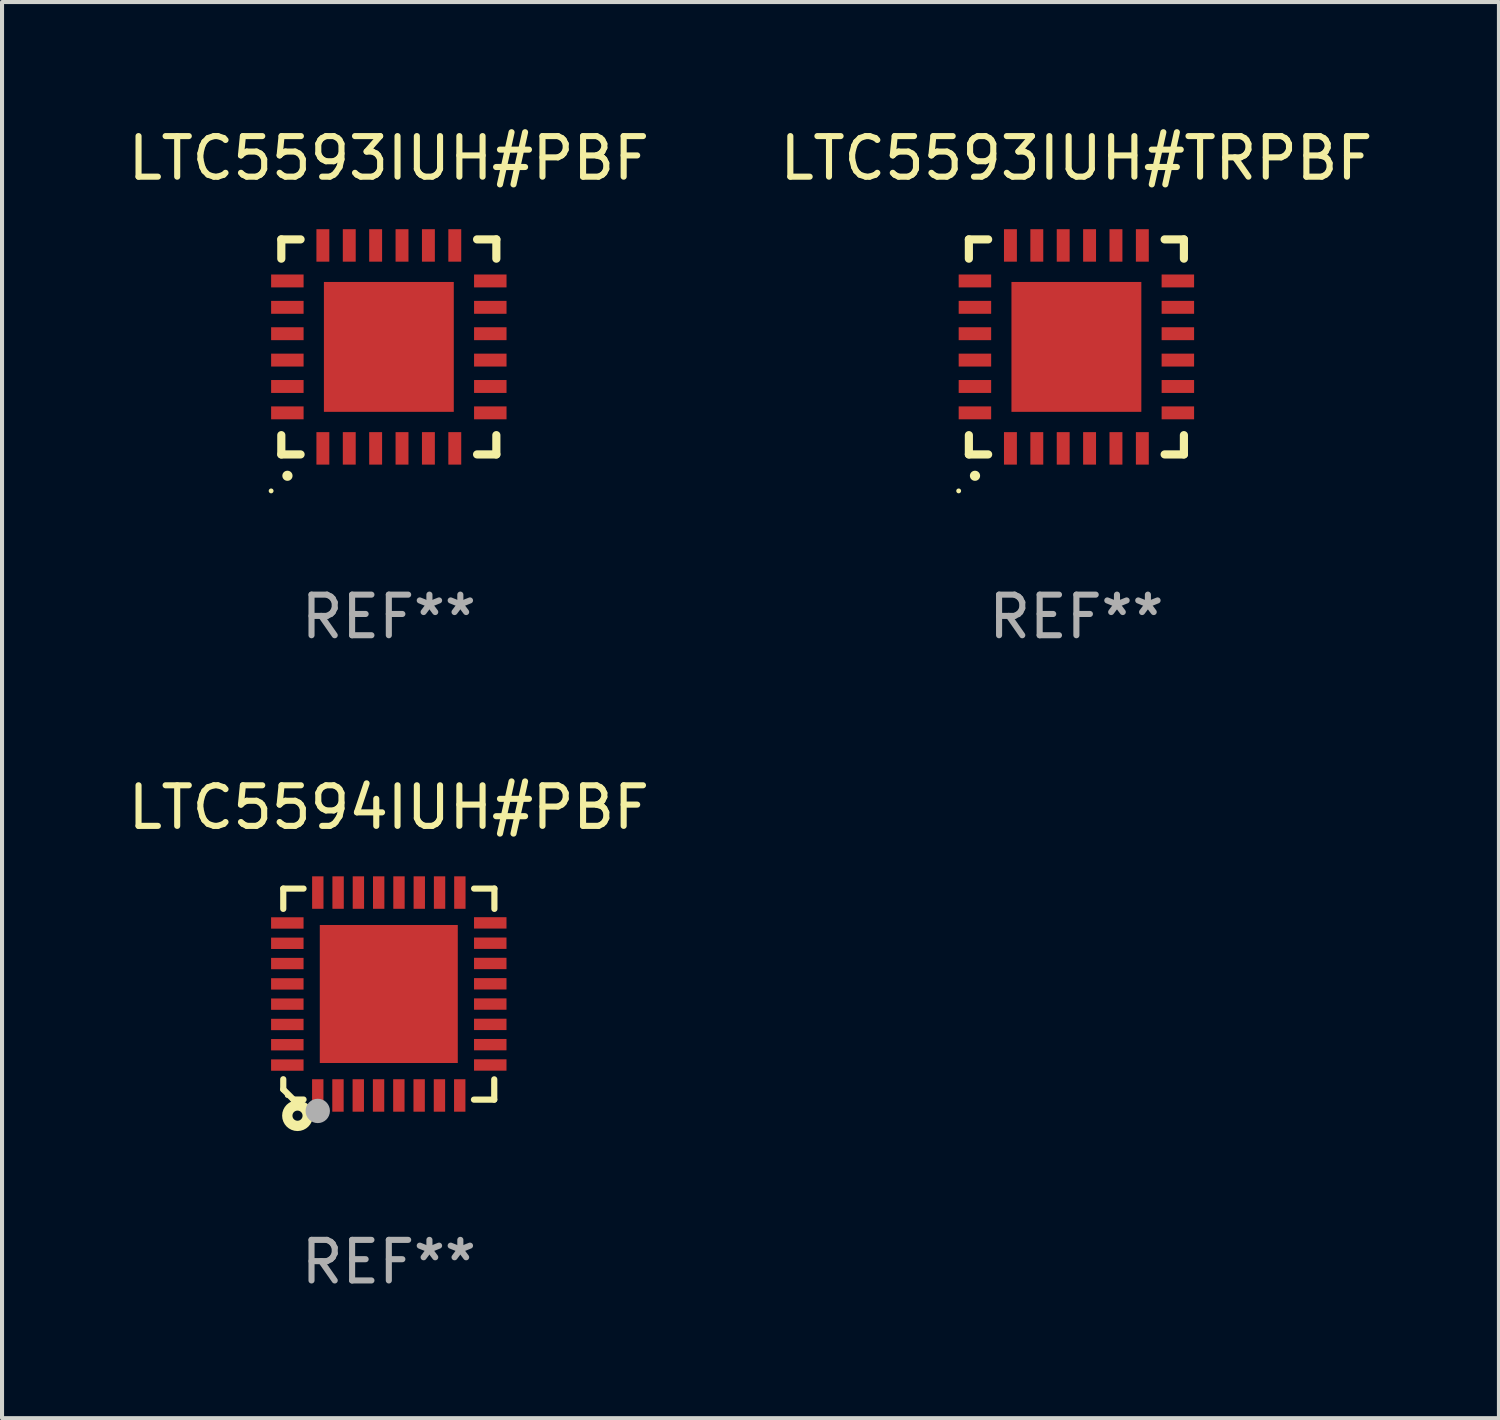
<source format=kicad_pcb>
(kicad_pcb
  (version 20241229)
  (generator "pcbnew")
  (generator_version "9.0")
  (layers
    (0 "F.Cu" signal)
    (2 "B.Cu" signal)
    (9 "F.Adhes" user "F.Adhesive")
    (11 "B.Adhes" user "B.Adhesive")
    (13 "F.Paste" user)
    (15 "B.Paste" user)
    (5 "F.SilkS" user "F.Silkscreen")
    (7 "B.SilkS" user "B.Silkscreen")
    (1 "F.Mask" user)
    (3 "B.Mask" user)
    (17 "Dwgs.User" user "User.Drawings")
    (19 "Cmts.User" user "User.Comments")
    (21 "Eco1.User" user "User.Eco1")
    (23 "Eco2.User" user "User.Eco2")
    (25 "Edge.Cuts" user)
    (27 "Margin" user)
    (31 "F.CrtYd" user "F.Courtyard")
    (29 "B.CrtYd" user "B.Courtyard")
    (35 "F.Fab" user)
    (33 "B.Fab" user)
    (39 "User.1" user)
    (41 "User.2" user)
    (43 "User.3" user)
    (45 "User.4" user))
  (footprint "LTC5593IUH#TRPBF"
    (layer "F.Cu")
    (at 23.47 5.497)
    (property "Reference" "LTC5593IUH#TRPBF" (at 0 -4.649 0) (layer "F.SilkS") (effects (font (size 1 1) (thickness 0.15))))
    (attr through_hole)
    (fp_line (start -2.649 -2.649) (end -2.649 -2.174) (stroke (width 0.201) (type solid)) (layer "F.SilkS"))
    (fp_line (start -2.649 2.649) (end -2.649 2.174) (stroke (width 0.201) (type solid)) (layer "F.SilkS"))
    (fp_line (start -2.174 -2.649) (end -2.649 -2.649) (stroke (width 0.201) (type solid)) (layer "F.SilkS"))
    (fp_line (start -2.174 2.649) (end -2.649 2.649) (stroke (width 0.201) (type solid)) (layer "F.SilkS"))
    (fp_line (start 2.649 -2.649) (end 2.174 -2.649) (stroke (width 0.201) (type solid)) (layer "F.SilkS"))
    (fp_line (start 2.649 -2.174) (end 2.649 -2.649) (stroke (width 0.201) (type solid)) (layer "F.SilkS"))
    (fp_line (start 2.649 2.174) (end 2.649 2.649) (stroke (width 0.201) (type solid)) (layer "F.SilkS"))
    (fp_line (start 2.649 2.649) (end 2.174 2.649) (stroke (width 0.201) (type solid)) (layer "F.SilkS"))
    (fp_arc (start -2.499365 3.175006) (mid -2.498095 3.175) (end -2.496825 3.175006) (stroke (width 0.24892) (type solid)) (layer "F.SilkS"))
    (fp_circle (center -2.9 3.548) (end -2.87 3.548) (stroke (width 0.06) (type solid)) (fill no) (layer "F.SilkS"))
    (fp_text user "REF**" (at 0 6.649 0) (layer "F.Fab") (effects (font (size 1 1) (thickness 0.15))))
    (pad "1" smd rect (at -1.625 2.5 180) (size 0.318 0.8) (layers "F.Cu" "F.Mask" "F.Paste"))
    (pad "2" smd rect (at -0.975 2.5 180) (size 0.318 0.8) (layers "F.Cu" "F.Mask" "F.Paste"))
    (pad "3" smd rect (at -0.325 2.5 180) (size 0.318 0.8) (layers "F.Cu" "F.Mask" "F.Paste"))
    (pad "4" smd rect (at 0.325 2.5 180) (size 0.318 0.8) (layers "F.Cu" "F.Mask" "F.Paste"))
    (pad "5" smd rect (at 0.975 2.5 180) (size 0.318 0.8) (layers "F.Cu" "F.Mask" "F.Paste"))
    (pad "6" smd rect (at 1.625 2.5 180) (size 0.318 0.8) (layers "F.Cu" "F.Mask" "F.Paste"))
    (pad "7" smd rect (at 2.5 1.625 90) (size 0.318 0.8) (layers "F.Cu" "F.Mask" "F.Paste"))
    (pad "8" smd rect (at 2.5 0.975 90) (size 0.318 0.8) (layers "F.Cu" "F.Mask" "F.Paste"))
    (pad "9" smd rect (at 2.5 0.325 90) (size 0.318 0.8) (layers "F.Cu" "F.Mask" "F.Paste"))
    (pad "10" smd rect (at 2.5 -0.325 90) (size 0.318 0.8) (layers "F.Cu" "F.Mask" "F.Paste"))
    (pad "11" smd rect (at 2.5 -0.975 90) (size 0.318 0.8) (layers "F.Cu" "F.Mask" "F.Paste"))
    (pad "12" smd rect (at 2.5 -1.625 90) (size 0.318 0.8) (layers "F.Cu" "F.Mask" "F.Paste"))
    (pad "13" smd rect (at 1.625 -2.5 180) (size 0.318 0.8) (layers "F.Cu" "F.Mask" "F.Paste"))
    (pad "14" smd rect (at 0.975 -2.5 180) (size 0.318 0.8) (layers "F.Cu" "F.Mask" "F.Paste"))
    (pad "15" smd rect (at 0.325 -2.5 180) (size 0.318 0.8) (layers "F.Cu" "F.Mask" "F.Paste"))
    (pad "16" smd rect (at -0.325 -2.5 180) (size 0.318 0.8) (layers "F.Cu" "F.Mask" "F.Paste"))
    (pad "17" smd rect (at -0.975 -2.5 180) (size 0.318 0.8) (layers "F.Cu" "F.Mask" "F.Paste"))
    (pad "18" smd rect (at -1.625 -2.5 180) (size 0.318 0.8) (layers "F.Cu" "F.Mask" "F.Paste"))
    (pad "19" smd rect (at -2.5 -1.625 90) (size 0.318 0.8) (layers "F.Cu" "F.Mask" "F.Paste"))
    (pad "20" smd rect (at -2.5 -0.975 90) (size 0.318 0.8) (layers "F.Cu" "F.Mask" "F.Paste"))
    (pad "21" smd rect (at -2.5 -0.325 90) (size 0.318 0.8) (layers "F.Cu" "F.Mask" "F.Paste"))
    (pad "22" smd rect (at -2.5 0.325 90) (size 0.318 0.8) (layers "F.Cu" "F.Mask" "F.Paste"))
    (pad "23" smd rect (at -2.5 0.975 90) (size 0.318 0.8) (layers "F.Cu" "F.Mask" "F.Paste"))
    (pad "24" smd rect (at -2.5 1.625 90) (size 0.318 0.8) (layers "F.Cu" "F.Mask" "F.Paste"))
    (pad "25" smd rect (at 0.000229 0.000025 90) (size 3.2 3.2) (layers "F.Cu" "F.Mask" "F.Paste")))
  (footprint "LTC5593IUH#PBF"
    (layer "F.Cu")
    (at 6.53 5.497)
    (property "Reference" "LTC5593IUH#PBF" (at 0 -4.649 0) (layer "F.SilkS") (effects (font (size 1 1) (thickness 0.15))))
    (attr through_hole)
    (fp_line (start -2.649 -2.649) (end -2.649 -2.174) (stroke (width 0.201) (type solid)) (layer "F.SilkS"))
    (fp_line (start -2.649 2.649) (end -2.649 2.174) (stroke (width 0.201) (type solid)) (layer "F.SilkS"))
    (fp_line (start -2.174 -2.649) (end -2.649 -2.649) (stroke (width 0.201) (type solid)) (layer "F.SilkS"))
    (fp_line (start -2.174 2.649) (end -2.649 2.649) (stroke (width 0.201) (type solid)) (layer "F.SilkS"))
    (fp_line (start 2.649 -2.649) (end 2.174 -2.649) (stroke (width 0.201) (type solid)) (layer "F.SilkS"))
    (fp_line (start 2.649 -2.174) (end 2.649 -2.649) (stroke (width 0.201) (type solid)) (layer "F.SilkS"))
    (fp_line (start 2.649 2.174) (end 2.649 2.649) (stroke (width 0.201) (type solid)) (layer "F.SilkS"))
    (fp_line (start 2.649 2.649) (end 2.174 2.649) (stroke (width 0.201) (type solid)) (layer "F.SilkS"))
    (fp_arc (start -2.499365 3.175006) (mid -2.498095 3.175) (end -2.496825 3.175006) (stroke (width 0.24892) (type solid)) (layer "F.SilkS"))
    (fp_circle (center -2.9 3.548) (end -2.87 3.548) (stroke (width 0.06) (type solid)) (fill no) (layer "F.SilkS"))
    (fp_text user "REF**" (at 0 6.649 0) (layer "F.Fab") (effects (font (size 1 1) (thickness 0.15))))
    (pad "1" smd rect (at -1.625 2.5 180) (size 0.318 0.8) (layers "F.Cu" "F.Mask" "F.Paste"))
    (pad "2" smd rect (at -0.975 2.5 180) (size 0.318 0.8) (layers "F.Cu" "F.Mask" "F.Paste"))
    (pad "3" smd rect (at -0.325 2.5 180) (size 0.318 0.8) (layers "F.Cu" "F.Mask" "F.Paste"))
    (pad "4" smd rect (at 0.325 2.5 180) (size 0.318 0.8) (layers "F.Cu" "F.Mask" "F.Paste"))
    (pad "5" smd rect (at 0.975 2.5 180) (size 0.318 0.8) (layers "F.Cu" "F.Mask" "F.Paste"))
    (pad "6" smd rect (at 1.625 2.5 180) (size 0.318 0.8) (layers "F.Cu" "F.Mask" "F.Paste"))
    (pad "7" smd rect (at 2.5 1.625 90) (size 0.318 0.8) (layers "F.Cu" "F.Mask" "F.Paste"))
    (pad "8" smd rect (at 2.5 0.975 90) (size 0.318 0.8) (layers "F.Cu" "F.Mask" "F.Paste"))
    (pad "9" smd rect (at 2.5 0.325 90) (size 0.318 0.8) (layers "F.Cu" "F.Mask" "F.Paste"))
    (pad "10" smd rect (at 2.5 -0.325 90) (size 0.318 0.8) (layers "F.Cu" "F.Mask" "F.Paste"))
    (pad "11" smd rect (at 2.5 -0.975 90) (size 0.318 0.8) (layers "F.Cu" "F.Mask" "F.Paste"))
    (pad "12" smd rect (at 2.5 -1.625 90) (size 0.318 0.8) (layers "F.Cu" "F.Mask" "F.Paste"))
    (pad "13" smd rect (at 1.625 -2.5 180) (size 0.318 0.8) (layers "F.Cu" "F.Mask" "F.Paste"))
    (pad "14" smd rect (at 0.975 -2.5 180) (size 0.318 0.8) (layers "F.Cu" "F.Mask" "F.Paste"))
    (pad "15" smd rect (at 0.325 -2.5 180) (size 0.318 0.8) (layers "F.Cu" "F.Mask" "F.Paste"))
    (pad "16" smd rect (at -0.325 -2.5 180) (size 0.318 0.8) (layers "F.Cu" "F.Mask" "F.Paste"))
    (pad "17" smd rect (at -0.975 -2.5 180) (size 0.318 0.8) (layers "F.Cu" "F.Mask" "F.Paste"))
    (pad "18" smd rect (at -1.625 -2.5 180) (size 0.318 0.8) (layers "F.Cu" "F.Mask" "F.Paste"))
    (pad "19" smd rect (at -2.5 -1.625 90) (size 0.318 0.8) (layers "F.Cu" "F.Mask" "F.Paste"))
    (pad "20" smd rect (at -2.5 -0.975 90) (size 0.318 0.8) (layers "F.Cu" "F.Mask" "F.Paste"))
    (pad "21" smd rect (at -2.5 -0.325 90) (size 0.318 0.8) (layers "F.Cu" "F.Mask" "F.Paste"))
    (pad "22" smd rect (at -2.5 0.325 90) (size 0.318 0.8) (layers "F.Cu" "F.Mask" "F.Paste"))
    (pad "23" smd rect (at -2.5 0.975 90) (size 0.318 0.8) (layers "F.Cu" "F.Mask" "F.Paste"))
    (pad "24" smd rect (at -2.5 1.625 90) (size 0.318 0.8) (layers "F.Cu" "F.Mask" "F.Paste"))
    (pad "25" smd rect (at 0.000229 0.000025 90) (size 3.2 3.2) (layers "F.Cu" "F.Mask" "F.Paste")))
  (footprint "LTC5594IUH#PBF"
    (layer "F.Cu")
    (at 6.53 21.443)
    (property "Reference" "LTC5594IUH#PBF" (at 0 -4.6 0) (layer "F.SilkS") (effects (font (size 1 1) (thickness 0.15))))
    (attr through_hole)
    (fp_line (start -2.601 2.097) (end -2.601 2.347) (stroke (width 0.152) (type solid)) (layer "F.SilkS"))
    (fp_line (start -2.601 2.347) (end -2.351 2.597) (stroke (width 0.152) (type solid)) (layer "F.SilkS"))
    (fp_line (start -2.601 -2.6) (end -2.601 -2.1) (stroke (width 0.152) (type solid)) (layer "F.SilkS"))
    (fp_line (start -2.601 -2.6) (end -2.101 -2.6) (stroke (width 0.152) (type solid)) (layer "F.SilkS"))
    (fp_line (start -2.351 2.597) (end -2.101 2.597) (stroke (width 0.152) (type solid)) (layer "F.SilkS"))
    (fp_line (start 2.597 2.6) (end 2.097 2.6) (stroke (width 0.152) (type solid)) (layer "F.SilkS"))
    (fp_line (start 2.597 2.6) (end 2.597 2.1) (stroke (width 0.152) (type solid)) (layer "F.SilkS"))
    (fp_line (start 2.601 -2.6) (end 2.101 -2.6) (stroke (width 0.152) (type solid)) (layer "F.SilkS"))
    (fp_line (start 2.601 -2.6) (end 2.601 -2.1) (stroke (width 0.152) (type solid)) (layer "F.SilkS"))
    (fp_circle (center -2.501 2.497) (end -2.471 2.497) (stroke (width 0.06) (type solid)) (fill no) (layer "F.SilkS"))
    (fp_circle (center -2.25 2.995) (end -2.125 2.995) (stroke (width 0.254) (type solid)) (fill no) (layer "F.SilkS"))
    (fp_circle (center -1.751 2.878) (end -1.601 2.878) (stroke (width 0.3) (type solid)) (fill no) (layer "F.Fab"))
    (fp_text user "REF**" (at 0 6.6 0) (layer "F.Fab") (effects (font (size 1 1) (thickness 0.15))))
    (pad "1" smd rect (at -1.751 2.497) (size 0.28 0.8) (layers "F.Cu" "F.Mask" "F.Paste"))
    (pad "2" smd rect (at -1.253 2.497) (size 0.28 0.8) (layers "F.Cu" "F.Mask" "F.Paste"))
    (pad "3" smd rect (at -0.753 2.497) (size 0.28 0.8) (layers "F.Cu" "F.Mask" "F.Paste"))
    (pad "4" smd rect (at -0.253 2.497) (size 0.28 0.8) (layers "F.Cu" "F.Mask" "F.Paste"))
    (pad "5" smd rect (at 0.247 2.497) (size 0.28 0.8) (layers "F.Cu" "F.Mask" "F.Paste"))
    (pad "6" smd rect (at 0.747 2.497) (size 0.28 0.8) (layers "F.Cu" "F.Mask" "F.Paste"))
    (pad "7" smd rect (at 1.247 2.497) (size 0.28 0.8) (layers "F.Cu" "F.Mask" "F.Paste"))
    (pad "8" smd rect (at 1.747 2.497) (size 0.28 0.8) (layers "F.Cu" "F.Mask" "F.Paste"))
    (pad "9" smd rect (at 2.499 1.746) (size 0.8 0.28) (layers "F.Cu" "F.Mask" "F.Paste"))
    (pad "10" smd rect (at 2.499 1.245) (size 0.8 0.28) (layers "F.Cu" "F.Mask" "F.Paste"))
    (pad "11" smd rect (at 2.499 0.746) (size 0.8 0.28) (layers "F.Cu" "F.Mask" "F.Paste"))
    (pad "12" smd rect (at 2.499 0.245) (size 0.8 0.28) (layers "F.Cu" "F.Mask" "F.Paste"))
    (pad "13" smd rect (at 2.499 -0.254) (size 0.8 0.28) (layers "F.Cu" "F.Mask" "F.Paste"))
    (pad "14" smd rect (at 2.499 -0.755) (size 0.8 0.28) (layers "F.Cu" "F.Mask" "F.Paste"))
    (pad "15" smd rect (at 2.499 -1.254) (size 0.8 0.28) (layers "F.Cu" "F.Mask" "F.Paste"))
    (pad "16" smd rect (at 2.499 -1.755) (size 0.8 0.28) (layers "F.Cu" "F.Mask" "F.Paste"))
    (pad "17" smd rect (at 1.75 -2.502) (size 0.28 0.8) (layers "F.Cu" "F.Mask" "F.Paste"))
    (pad "18" smd rect (at 1.25 -2.502) (size 0.28 0.8) (layers "F.Cu" "F.Mask" "F.Paste"))
    (pad "19" smd rect (at 0.75 -2.502) (size 0.28 0.8) (layers "F.Cu" "F.Mask" "F.Paste"))
    (pad "20" smd rect (at 0.25 -2.502) (size 0.28 0.8) (layers "F.Cu" "F.Mask" "F.Paste"))
    (pad "21" smd rect (at -0.25 -2.502) (size 0.28 0.8) (layers "F.Cu" "F.Mask" "F.Paste"))
    (pad "22" smd rect (at -0.75 -2.502) (size 0.28 0.8) (layers "F.Cu" "F.Mask" "F.Paste"))
    (pad "23" smd rect (at -1.25 -2.502) (size 0.28 0.8) (layers "F.Cu" "F.Mask" "F.Paste"))
    (pad "24" smd rect (at -1.75 -2.502) (size 0.28 0.8) (layers "F.Cu" "F.Mask" "F.Paste"))
    (pad "25" smd rect (at -2.501 -1.753) (size 0.8 0.28) (layers "F.Cu" "F.Mask" "F.Paste"))
    (pad "26" smd rect (at -2.501 -1.252) (size 0.8 0.28) (layers "F.Cu" "F.Mask" "F.Paste"))
    (pad "27" smd rect (at -2.501 -0.753) (size 0.8 0.28) (layers "F.Cu" "F.Mask" "F.Paste"))
    (pad "28" smd rect (at -2.501 -0.252) (size 0.8 0.28) (layers "F.Cu" "F.Mask" "F.Paste"))
    (pad "29" smd rect (at -2.501 0.247) (size 0.8 0.28) (layers "F.Cu" "F.Mask" "F.Paste"))
    (pad "30" smd rect (at -2.501 0.748) (size 0.8 0.28) (layers "F.Cu" "F.Mask" "F.Paste"))
    (pad "31" smd rect (at -2.501 1.247) (size 0.8 0.28) (layers "F.Cu" "F.Mask" "F.Paste"))
    (pad "32" smd rect (at -2.501 1.748) (size 0.8 0.28) (layers "F.Cu" "F.Mask" "F.Paste"))
    (pad "33" smd rect (at -0.001 -0.003 180) (size 3.4 3.4) (layers "F.Cu" "F.Mask" "F.Paste")))
  (gr_rect
    (start -3 -3)
    (end 33.881 31.891)
    (stroke (width 0.1) (type default))
    (fill no)
    (layer "Edge.Cuts")))
</source>
